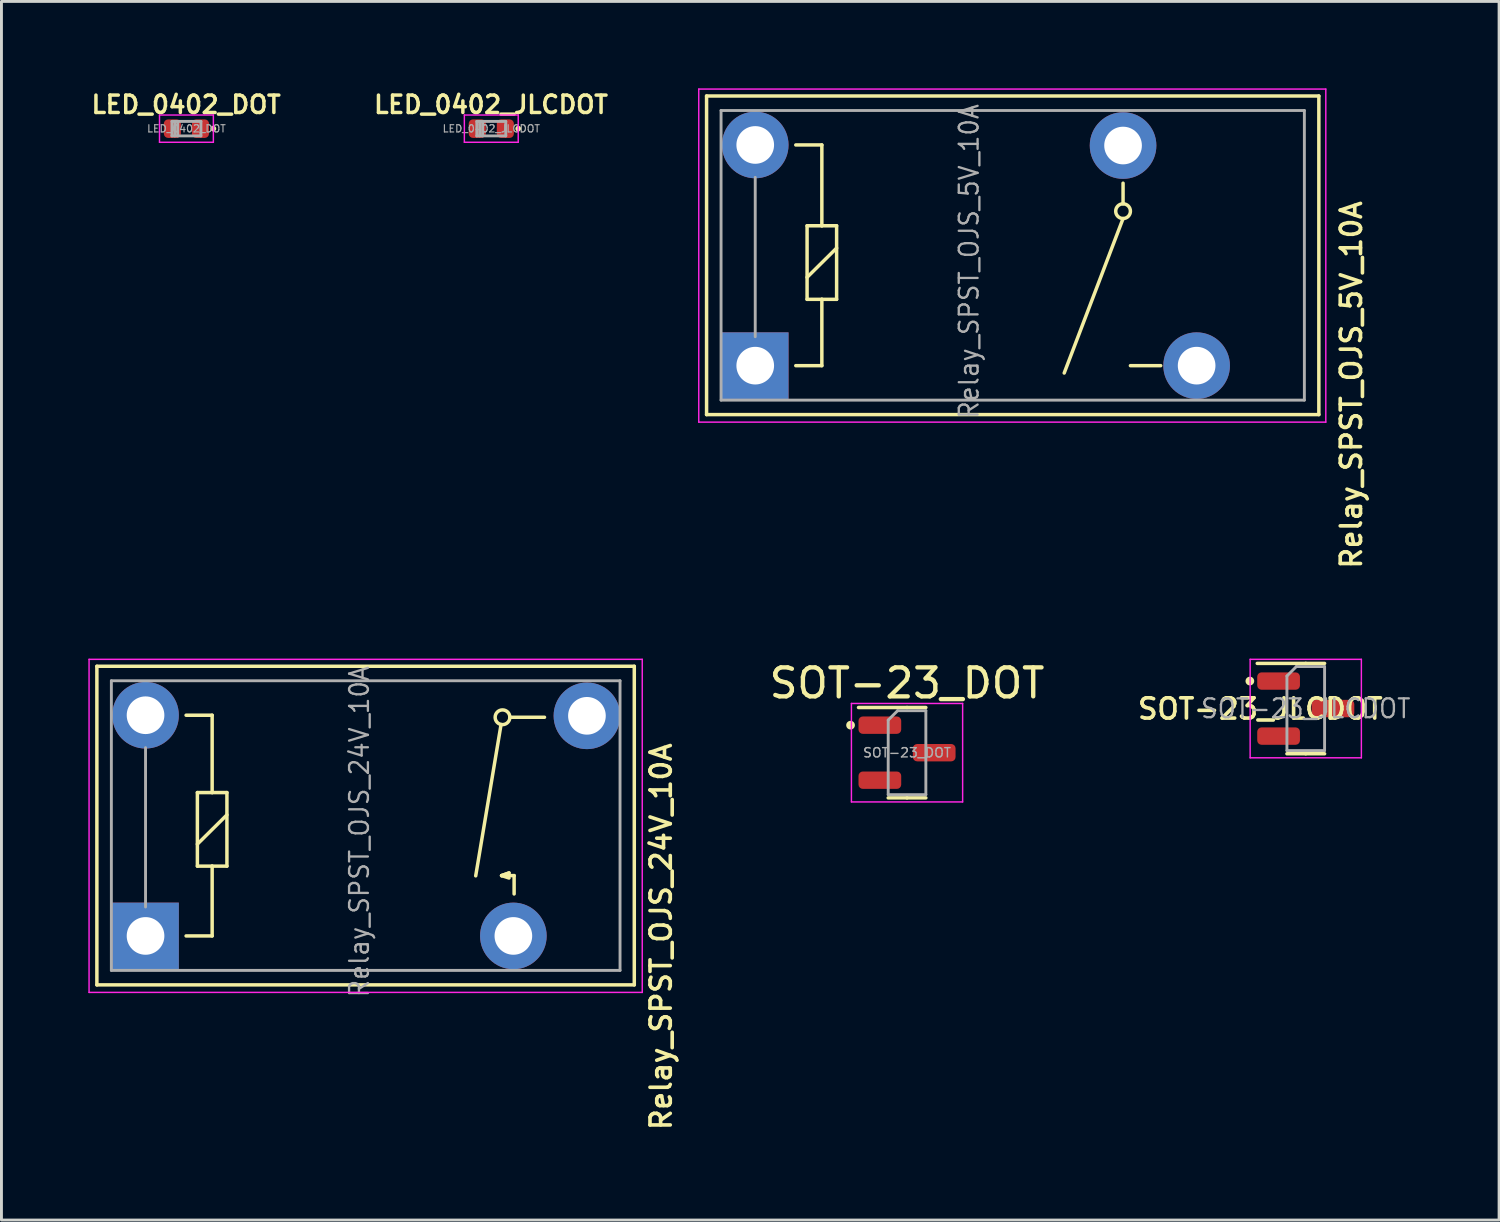
<source format=kicad_pcb>
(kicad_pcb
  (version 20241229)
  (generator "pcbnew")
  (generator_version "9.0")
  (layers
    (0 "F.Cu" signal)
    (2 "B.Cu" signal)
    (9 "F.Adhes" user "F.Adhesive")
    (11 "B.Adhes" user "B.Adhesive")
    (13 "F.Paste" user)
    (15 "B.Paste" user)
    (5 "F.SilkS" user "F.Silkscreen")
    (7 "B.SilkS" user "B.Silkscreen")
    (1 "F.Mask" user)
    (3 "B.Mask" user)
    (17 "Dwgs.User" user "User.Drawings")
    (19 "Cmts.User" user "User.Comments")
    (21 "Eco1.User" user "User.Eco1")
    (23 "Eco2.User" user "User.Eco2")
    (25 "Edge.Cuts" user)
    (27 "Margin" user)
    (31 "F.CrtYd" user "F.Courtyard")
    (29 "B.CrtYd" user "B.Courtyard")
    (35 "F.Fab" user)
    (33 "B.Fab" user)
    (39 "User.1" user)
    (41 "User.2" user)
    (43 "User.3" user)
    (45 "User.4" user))
  (footprint "Relay_SPST_OJS_24V_10A"
    (layer "F.Cu")
    (at 1.975 29.265)
    (property "Reference" "Relay_SPST_OJS_24V_10A" (at 17.8 0.025 270) (layer "F.SilkS") (effects (font (size 0.7 0.7) (thickness 0.125))))
    (attr through_hole)
    (fp_line (start -1.68 -9.31) (end 16.875 -9.31) (stroke (width 0.12) (type solid)) (layer "F.SilkS"))
    (fp_line (start -1.68 1.69) (end -1.68 -9.31) (stroke (width 0.12) (type solid)) (layer "F.SilkS"))
    (fp_line (start -1.68 1.69) (end 16.875 1.69) (stroke (width 0.12) (type solid)) (layer "F.SilkS"))
    (fp_line (start 1.4 0) (end 2.3 0) (stroke (width 0.12) (type solid)) (layer "F.SilkS"))
    (fp_line (start 1.79 -4.95) (end 2.3 -4.95) (stroke (width 0.12) (type solid)) (layer "F.SilkS"))
    (fp_line (start 1.79 -3.17) (end 2.81 -4.18) (stroke (width 0.12) (type solid)) (layer "F.SilkS"))
    (fp_line (start 1.79 -2.41) (end 1.79 -4.95) (stroke (width 0.12) (type solid)) (layer "F.SilkS"))
    (fp_line (start 2.3 -7.62) (end 1.4 -7.62) (stroke (width 0.12) (type solid)) (layer "F.SilkS"))
    (fp_line (start 2.3 -4.95) (end 2.3 -7.62) (stroke (width 0.12) (type solid)) (layer "F.SilkS"))
    (fp_line (start 2.3 -4.95) (end 2.81 -4.95) (stroke (width 0.12) (type solid)) (layer "F.SilkS"))
    (fp_line (start 2.3 -2.41) (end 1.79 -2.41) (stroke (width 0.12) (type solid)) (layer "F.SilkS"))
    (fp_line (start 2.3 0) (end 2.3 -2.41) (stroke (width 0.12) (type solid)) (layer "F.SilkS"))
    (fp_line (start 2.81 -4.95) (end 2.81 -2.41) (stroke (width 0.12) (type solid)) (layer "F.SilkS"))
    (fp_line (start 2.81 -2.41) (end 2.3 -2.41) (stroke (width 0.12) (type solid)) (layer "F.SilkS"))
    (fp_line (start 11.4 -2.075) (end 12.275 -7.3) (stroke (width 0.12) (type solid)) (layer "F.SilkS"))
    (fp_line (start 12.294 -2.083) (end 12.55 -2.175) (stroke (width 0.12) (type solid)) (layer "F.SilkS"))
    (fp_line (start 12.294 -2.083) (end 12.55 -2) (stroke (width 0.12) (type solid)) (layer "F.SilkS"))
    (fp_line (start 12.294 -2.083) (end 12.726 -2.083) (stroke (width 0.12) (type solid)) (layer "F.SilkS"))
    (fp_line (start 12.55 -2.175) (end 12.294 -2.083) (stroke (width 0.12) (type solid)) (layer "F.SilkS"))
    (fp_line (start 12.726 -1.45) (end 12.726 -2.083) (stroke (width 0.12) (type solid)) (layer "F.SilkS"))
    (fp_line (start 13.775 -7.55) (end 12.579 -7.55) (stroke (width 0.12) (type solid)) (layer "F.SilkS"))
    (fp_line (start 16.875 1.69) (end 16.875 -9.31) (stroke (width 0.12) (type solid)) (layer "F.SilkS"))
    (fp_circle (center 12.325 -7.55) (end 12.579 -7.55) (stroke (width 0.12) (type solid)) (fill no) (layer "F.SilkS"))
    (fp_line (start -1.95 -9.55) (end 17.15 -9.55) (stroke (width 0.05) (type solid)) (layer "F.CrtYd"))
    (fp_line (start -1.95 1.95) (end -1.95 -9.55) (stroke (width 0.05) (type solid)) (layer "F.CrtYd"))
    (fp_line (start 17.15 -9.55) (end 17.15 1.95) (stroke (width 0.05) (type solid)) (layer "F.CrtYd"))
    (fp_line (start 17.15 1.95) (end -1.95 1.95) (stroke (width 0.05) (type solid)) (layer "F.CrtYd"))
    (fp_line (start -1.18 -8.81) (end 16.383 -8.81) (stroke (width 0.1) (type solid)) (layer "F.Fab"))
    (fp_line (start -1.18 1.19) (end -1.18 -8.81) (stroke (width 0.1) (type solid)) (layer "F.Fab"))
    (fp_line (start 0 -1) (end 0 -6.5) (stroke (width 0.1) (type solid)) (layer "F.Fab"))
    (fp_line (start 16.383 -8.81) (end 16.383 1.19) (stroke (width 0.1) (type solid)) (layer "F.Fab"))
    (fp_line (start 16.383 1.19) (end -1.18 1.19) (stroke (width 0.1) (type solid)) (layer "F.Fab"))
    (fp_text user "${REFERENCE}" (at 7.381 -3.6 270) (layer "F.Fab") (effects (font (size 0.65 0.6) (thickness 0.08))))
    (pad "1" thru_hole circle (at 0 -7.62 180) (size 2.3 2.3) (drill 1.3) (layers "*.Cu" "*.Mask"))
    (pad "3" thru_hole circle (at 15.24 -7.6 180) (size 2.3 2.3) (drill 1.3) (layers "*.Cu" "*.Mask"))
    (pad "5" thru_hole circle (at 12.7 0 180) (size 2.3 2.3) (drill 1.3) (layers "*.Cu" "*.Mask"))
    (pad "6" thru_hole rect (at 0 0 180) (size 2.3 2.3) (drill 1.3) (layers "*.Cu" "*.Mask")))
  (footprint "LED_0402_JLCDOT"
    (layer "F.Cu")
    (at 13.913 1.392)
    (property "Reference" "LED_0402_JLCDOT" (at -0.01 -0.83 0) (layer "F.SilkS") (effects (font (size 0.6 0.6) (thickness 0.12))))
    (attr smd)
    (fp_circle (center 0.93 0) (end 0.98 0) (stroke (width 0.1) (type solid)) (fill no) (layer "F.SilkS"))
    (fp_line (start -0.93 -0.47) (end 0.93 -0.47) (stroke (width 0.05) (type solid)) (layer "F.CrtYd"))
    (fp_line (start -0.93 0.47) (end -0.93 -0.47) (stroke (width 0.05) (type solid)) (layer "F.CrtYd"))
    (fp_line (start 0.93 -0.47) (end 0.93 0.47) (stroke (width 0.05) (type solid)) (layer "F.CrtYd"))
    (fp_line (start 0.93 0.47) (end -0.93 0.47) (stroke (width 0.05) (type solid)) (layer "F.CrtYd"))
    (fp_line (start -0.5 -0.25) (end 0.5 -0.25) (stroke (width 0.1) (type solid)) (layer "F.Fab"))
    (fp_line (start -0.5 0.25) (end -0.5 -0.25) (stroke (width 0.1) (type solid)) (layer "F.Fab"))
    (fp_line (start -0.4 0.25) (end -0.4 -0.25) (stroke (width 0.1) (type solid)) (layer "F.Fab"))
    (fp_line (start -0.3 0.25) (end -0.3 -0.25) (stroke (width 0.1) (type solid)) (layer "F.Fab"))
    (fp_line (start 0.5 -0.25) (end 0.5 0.25) (stroke (width 0.1) (type solid)) (layer "F.Fab"))
    (fp_line (start 0.5 0.25) (end -0.5 0.25) (stroke (width 0.1) (type solid)) (layer "F.Fab"))
    (fp_text user "${REFERENCE}" (at 0 0 0) (layer "F.Fab") (effects (font (size 0.25 0.25) (thickness 0.04))))
    (pad "1" smd roundrect (at -0.485 0) (size 0.59 0.64) (layers "F.Cu" "F.Mask" "F.Paste") (roundrect_rratio 0.25))
    (pad "2" smd roundrect (at 0.485 0) (size 0.59 0.64) (layers "F.Cu" "F.Mask" "F.Paste") (roundrect_rratio 0.25)))
  (footprint "LED_0402_DOT"
    (layer "F.Cu")
    (at 3.387 1.392)
    (property "Reference" "LED_0402_DOT" (at -0.01 -0.83 0) (layer "F.SilkS") (effects (font (size 0.6 0.6) (thickness 0.12))))
    (attr smd)
    (fp_circle (center 0.93 0) (end 0.98 0) (stroke (width 0.1) (type solid)) (fill no) (layer "F.SilkS"))
    (fp_line (start -0.93 -0.47) (end 0.93 -0.47) (stroke (width 0.05) (type solid)) (layer "F.CrtYd"))
    (fp_line (start -0.93 0.47) (end -0.93 -0.47) (stroke (width 0.05) (type solid)) (layer "F.CrtYd"))
    (fp_line (start 0.93 -0.47) (end 0.93 0.47) (stroke (width 0.05) (type solid)) (layer "F.CrtYd"))
    (fp_line (start 0.93 0.47) (end -0.93 0.47) (stroke (width 0.05) (type solid)) (layer "F.CrtYd"))
    (fp_line (start -0.5 -0.25) (end 0.5 -0.25) (stroke (width 0.1) (type solid)) (layer "F.Fab"))
    (fp_line (start -0.5 0.25) (end -0.5 -0.25) (stroke (width 0.1) (type solid)) (layer "F.Fab"))
    (fp_line (start -0.4 0.25) (end -0.4 -0.25) (stroke (width 0.1) (type solid)) (layer "F.Fab"))
    (fp_line (start -0.3 0.25) (end -0.3 -0.25) (stroke (width 0.1) (type solid)) (layer "F.Fab"))
    (fp_line (start 0.5 -0.25) (end 0.5 0.25) (stroke (width 0.1) (type solid)) (layer "F.Fab"))
    (fp_line (start 0.5 0.25) (end -0.5 0.25) (stroke (width 0.1) (type solid)) (layer "F.Fab"))
    (fp_text user "${REFERENCE}" (at 0 0 0) (layer "F.Fab") (effects (font (size 0.25 0.25) (thickness 0.04))))
    (pad "1" smd roundrect (at -0.485 0) (size 0.59 0.64) (layers "F.Cu" "F.Mask" "F.Paste") (roundrect_rratio 0.25))
    (pad "2" smd roundrect (at 0.485 0) (size 0.59 0.64) (layers "F.Cu" "F.Mask" "F.Paste") (roundrect_rratio 0.25)))
  (footprint "SOT-23_JLCDOT"
    (layer "F.Cu")
    (at 42.034 21.415)
    (property "Reference" "SOT-23_JLCDOT" (at -1.57 0.01 180) (layer "F.SilkS") (effects (font (size 0.7 0.7) (thickness 0.125))))
    (attr smd)
    (fp_line (start 0 -1.56) (end -1.675 -1.56) (stroke (width 0.12) (type solid)) (layer "F.SilkS"))
    (fp_line (start 0 -1.56) (end 0.65 -1.56) (stroke (width 0.12) (type solid)) (layer "F.SilkS"))
    (fp_line (start 0 1.56) (end -0.65 1.56) (stroke (width 0.12) (type solid)) (layer "F.SilkS"))
    (fp_line (start 0 1.56) (end 0.65 1.56) (stroke (width 0.12) (type solid)) (layer "F.SilkS"))
    (fp_circle (center -1.93 -0.95) (end -1.83 -0.95) (stroke (width 0.1) (type solid)) (fill yes) (layer "F.SilkS"))
    (fp_line (start -1.92 -1.7) (end -1.92 1.7) (stroke (width 0.05) (type solid)) (layer "F.CrtYd"))
    (fp_line (start -1.92 1.7) (end 1.92 1.7) (stroke (width 0.05) (type solid)) (layer "F.CrtYd"))
    (fp_line (start 1.92 -1.7) (end -1.92 -1.7) (stroke (width 0.05) (type solid)) (layer "F.CrtYd"))
    (fp_line (start 1.92 1.7) (end 1.92 -1.7) (stroke (width 0.05) (type solid)) (layer "F.CrtYd"))
    (fp_line (start -0.65 -1.125) (end -0.325 -1.45) (stroke (width 0.1) (type solid)) (layer "F.Fab"))
    (fp_line (start -0.65 1.45) (end -0.65 -1.125) (stroke (width 0.1) (type solid)) (layer "F.Fab"))
    (fp_line (start -0.325 -1.45) (end 0.65 -1.45) (stroke (width 0.1) (type solid)) (layer "F.Fab"))
    (fp_line (start 0.65 -1.45) (end 0.65 1.45) (stroke (width 0.1) (type solid)) (layer "F.Fab"))
    (fp_line (start 0.65 1.45) (end -0.65 1.45) (stroke (width 0.1) (type solid)) (layer "F.Fab"))
    (fp_text user "${REFERENCE}" (at 0 0 0) (layer "F.Fab") (effects (font (size 0.65 0.6) (thickness 0.08))))
    (pad "1" smd roundrect (at -0.938 -0.95) (size 1.475 0.6) (layers "F.Cu" "F.Mask" "F.Paste") (roundrect_rratio 0.25))
    (pad "2" smd roundrect (at -0.938 0.95) (size 1.475 0.6) (layers "F.Cu" "F.Mask" "F.Paste") (roundrect_rratio 0.25))
    (pad "3" smd roundrect (at 0.938 0) (size 1.475 0.6) (layers "F.Cu" "F.Mask" "F.Paste") (roundrect_rratio 0.25)))
  (footprint "SOT-23_DOT"
    (layer "F.Cu")
    (at 28.267 22.938)
    (property "Reference" "SOT-23_DOT" (at 0 -2.4 0) (layer "F.SilkS") (effects (font (size 1 1) (thickness 0.15))))
    (attr smd)
    (fp_line (start 0 -1.56) (end -1.675 -1.56) (stroke (width 0.12) (type solid)) (layer "F.SilkS"))
    (fp_line (start 0 -1.56) (end 0.65 -1.56) (stroke (width 0.12) (type solid)) (layer "F.SilkS"))
    (fp_line (start 0 1.56) (end -0.65 1.56) (stroke (width 0.12) (type solid)) (layer "F.SilkS"))
    (fp_line (start 0 1.56) (end 0.65 1.56) (stroke (width 0.12) (type solid)) (layer "F.SilkS"))
    (fp_circle (center -1.95 -0.95) (end -1.85 -0.95) (stroke (width 0.1) (type solid)) (fill yes) (layer "F.SilkS"))
    (fp_line (start -1.92 -1.7) (end -1.92 1.7) (stroke (width 0.05) (type solid)) (layer "F.CrtYd"))
    (fp_line (start -1.92 1.7) (end 1.92 1.7) (stroke (width 0.05) (type solid)) (layer "F.CrtYd"))
    (fp_line (start 1.92 -1.7) (end -1.92 -1.7) (stroke (width 0.05) (type solid)) (layer "F.CrtYd"))
    (fp_line (start 1.92 1.7) (end 1.92 -1.7) (stroke (width 0.05) (type solid)) (layer "F.CrtYd"))
    (fp_line (start -0.65 -1.125) (end -0.325 -1.45) (stroke (width 0.1) (type solid)) (layer "F.Fab"))
    (fp_line (start -0.65 1.45) (end -0.65 -1.125) (stroke (width 0.1) (type solid)) (layer "F.Fab"))
    (fp_line (start -0.325 -1.45) (end 0.65 -1.45) (stroke (width 0.1) (type solid)) (layer "F.Fab"))
    (fp_line (start 0.65 -1.45) (end 0.65 1.45) (stroke (width 0.1) (type solid)) (layer "F.Fab"))
    (fp_line (start 0.65 1.45) (end -0.65 1.45) (stroke (width 0.1) (type solid)) (layer "F.Fab"))
    (fp_text user "${REFERENCE}" (at 0 0 0) (layer "F.Fab") (effects (font (size 0.32 0.32) (thickness 0.05))))
    (pad "1" smd roundrect (at -0.938 -0.95) (size 1.475 0.6) (layers "F.Cu" "F.Mask" "F.Paste") (roundrect_rratio 0.25))
    (pad "2" smd roundrect (at -0.938 0.95) (size 1.475 0.6) (layers "F.Cu" "F.Mask" "F.Paste") (roundrect_rratio 0.25))
    (pad "3" smd roundrect (at 0.938 0) (size 1.475 0.6) (layers "F.Cu" "F.Mask" "F.Paste") (roundrect_rratio 0.25)))
  (footprint "Relay_SPST_OJS_5V_10A"
    (layer "F.Cu")
    (at 23.026 9.575)
    (property "Reference" "Relay_SPST_OJS_5V_10A" (at 20.581 0.664 270) (layer "F.SilkS") (effects (font (size 0.7 0.7) (thickness 0.125))))
    (attr through_hole)
    (fp_line (start -1.68 -9.31) (end 19.46 -9.31) (stroke (width 0.12) (type solid)) (layer "F.SilkS"))
    (fp_line (start -1.68 1.69) (end -1.68 -9.31) (stroke (width 0.12) (type solid)) (layer "F.SilkS"))
    (fp_line (start -1.68 1.69) (end 19.46 1.69) (stroke (width 0.12) (type solid)) (layer "F.SilkS"))
    (fp_line (start 1.4 0) (end 2.3 0) (stroke (width 0.12) (type solid)) (layer "F.SilkS"))
    (fp_line (start 1.79 -4.83) (end 2.3 -4.83) (stroke (width 0.12) (type solid)) (layer "F.SilkS"))
    (fp_line (start 1.79 -3.05) (end 2.81 -4.06) (stroke (width 0.12) (type solid)) (layer "F.SilkS"))
    (fp_line (start 1.79 -2.29) (end 1.79 -4.83) (stroke (width 0.12) (type solid)) (layer "F.SilkS"))
    (fp_line (start 2.3 -7.62) (end 1.4 -7.62) (stroke (width 0.12) (type solid)) (layer "F.SilkS"))
    (fp_line (start 2.3 -4.83) (end 2.3 -7.62) (stroke (width 0.12) (type solid)) (layer "F.SilkS"))
    (fp_line (start 2.3 -4.83) (end 2.81 -4.83) (stroke (width 0.12) (type solid)) (layer "F.SilkS"))
    (fp_line (start 2.3 -2.29) (end 1.79 -2.29) (stroke (width 0.12) (type solid)) (layer "F.SilkS"))
    (fp_line (start 2.3 0) (end 2.3 -2.29) (stroke (width 0.12) (type solid)) (layer "F.SilkS"))
    (fp_line (start 2.81 -4.83) (end 2.81 -2.29) (stroke (width 0.12) (type solid)) (layer "F.SilkS"))
    (fp_line (start 2.81 -2.29) (end 2.3 -2.29) (stroke (width 0.12) (type solid)) (layer "F.SilkS"))
    (fp_line (start 10.668 0.254) (end 12.7 -5.08) (stroke (width 0.12) (type solid)) (layer "F.SilkS"))
    (fp_line (start 12.7 -5.588) (end 12.7 -6.3) (stroke (width 0.12) (type solid)) (layer "F.SilkS"))
    (fp_line (start 14 0) (end 12.954 0) (stroke (width 0.12) (type solid)) (layer "F.SilkS"))
    (fp_line (start 19.46 1.69) (end 19.46 -9.31) (stroke (width 0.12) (type solid)) (layer "F.SilkS"))
    (fp_circle (center 12.7 -5.334) (end 12.954 -5.334) (stroke (width 0.12) (type solid)) (fill no) (layer "F.SilkS"))
    (fp_line (start -1.95 -9.55) (end 19.7 -9.55) (stroke (width 0.05) (type solid)) (layer "F.CrtYd"))
    (fp_line (start -1.95 1.95) (end -1.95 -9.55) (stroke (width 0.05) (type solid)) (layer "F.CrtYd"))
    (fp_line (start 19.7 -9.55) (end 19.7 1.95) (stroke (width 0.05) (type solid)) (layer "F.CrtYd"))
    (fp_line (start 19.7 1.95) (end -1.95 1.95) (stroke (width 0.05) (type solid)) (layer "F.CrtYd"))
    (fp_line (start -1.18 -8.81) (end 18.96 -8.81) (stroke (width 0.1) (type solid)) (layer "F.Fab"))
    (fp_line (start -1.18 1.19) (end -1.18 -8.81) (stroke (width 0.1) (type solid)) (layer "F.Fab"))
    (fp_line (start 0 -1) (end 0 -6.5) (stroke (width 0.1) (type solid)) (layer "F.Fab"))
    (fp_line (start 18.96 -8.81) (end 18.96 1.19) (stroke (width 0.1) (type solid)) (layer "F.Fab"))
    (fp_line (start 18.96 1.19) (end -1.18 1.19) (stroke (width 0.1) (type solid)) (layer "F.Fab"))
    (fp_text user "${REFERENCE}" (at 7.381 -3.6 270) (layer "F.Fab") (effects (font (size 0.65 0.6) (thickness 0.08))))
    (pad "1" thru_hole circle (at 0 -7.62 180) (size 2.3 2.3) (drill 1.3) (layers "*.Cu" "*.Mask"))
    (pad "3" thru_hole circle (at 12.7 -7.6 180) (size 2.3 2.3) (drill 1.3) (layers "*.Cu" "*.Mask"))
    (pad "5" thru_hole circle (at 15.24 0 180) (size 2.3 2.3) (drill 1.3) (layers "*.Cu" "*.Mask"))
    (pad "6" thru_hole rect (at 0 0 180) (size 2.3 2.3) (drill 1.3) (layers "*.Cu" "*.Mask")))
  (gr_rect
    (start -3 -3)
    (end 48.709 39.074)
    (stroke (width 0.1) (type default))
    (fill no)
    (layer "Edge.Cuts")))
</source>
